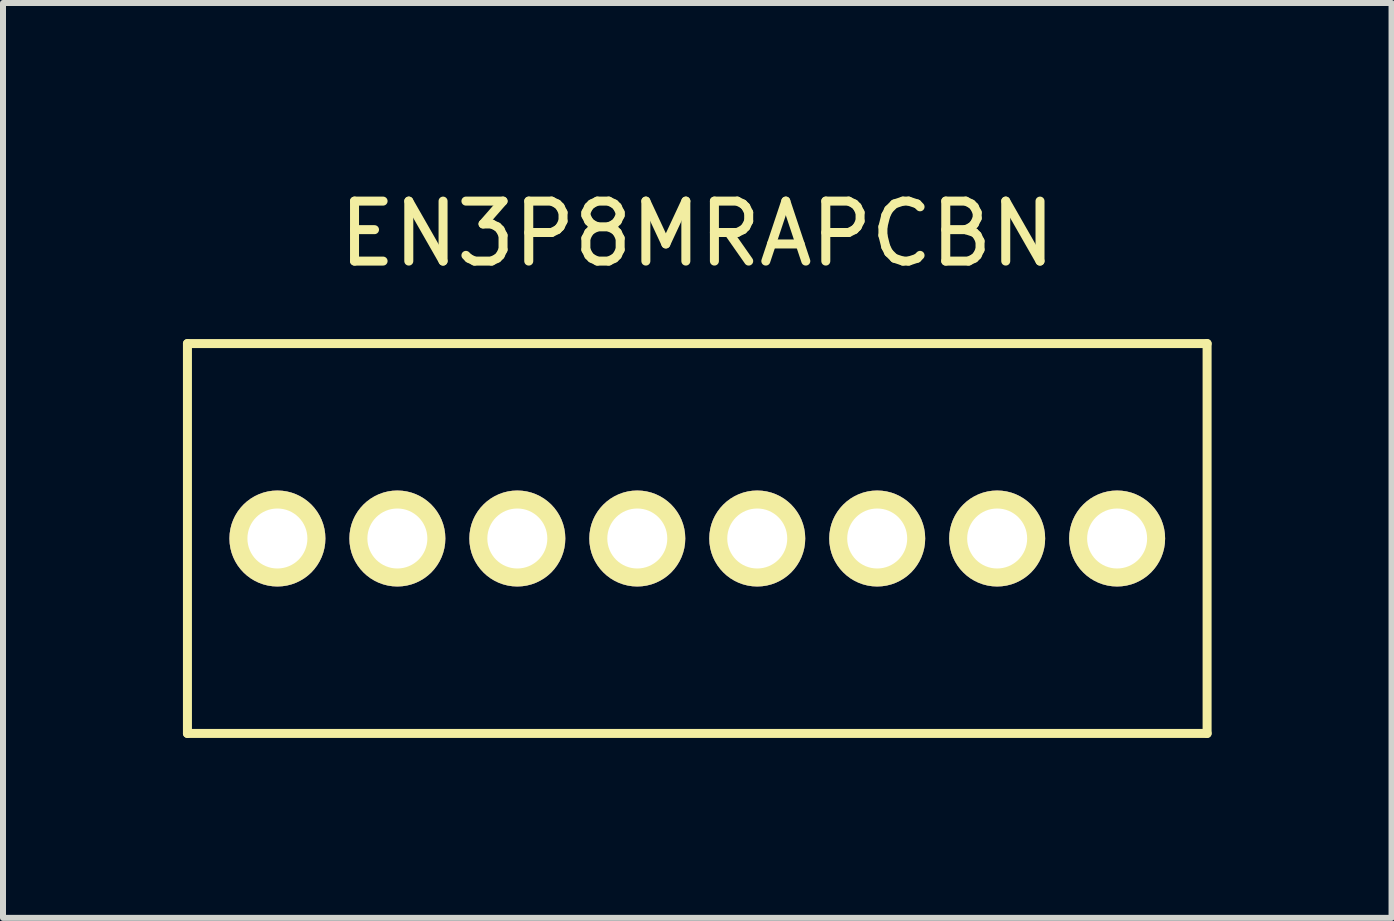
<source format=kicad_pcb>
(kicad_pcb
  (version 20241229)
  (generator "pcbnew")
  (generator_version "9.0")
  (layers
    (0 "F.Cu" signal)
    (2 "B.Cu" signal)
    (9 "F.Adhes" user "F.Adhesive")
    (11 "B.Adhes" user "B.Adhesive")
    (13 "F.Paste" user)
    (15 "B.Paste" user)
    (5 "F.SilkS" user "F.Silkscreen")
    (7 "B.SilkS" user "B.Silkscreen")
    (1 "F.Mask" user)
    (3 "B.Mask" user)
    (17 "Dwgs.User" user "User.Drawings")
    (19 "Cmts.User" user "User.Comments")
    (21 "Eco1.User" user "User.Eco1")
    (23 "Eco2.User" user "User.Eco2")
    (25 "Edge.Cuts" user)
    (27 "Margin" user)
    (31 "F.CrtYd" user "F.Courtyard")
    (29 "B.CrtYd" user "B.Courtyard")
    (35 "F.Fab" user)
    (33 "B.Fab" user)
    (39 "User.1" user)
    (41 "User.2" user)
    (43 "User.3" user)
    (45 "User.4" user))
  (footprint "EN3P8MRAPCBN"
    (layer "F.Cu")
    (at 8.575 5.928)
    (property "Reference" "EN3P8MRAPCBN" (at 0 -5.08 0) (layer "F.SilkS") (effects (font (size 1 1) (thickness 0.15))))
    (attr through_hole)
    (fp_line (start -8.5 -3.25) (end -8.5 3.25) (stroke (width 0.15) (type solid)) (layer "F.SilkS"))
    (fp_line (start -8.5 -3.25) (end 8.5 -3.25) (stroke (width 0.15) (type solid)) (layer "F.SilkS"))
    (fp_line (start -8.5 3.25) (end 8.5 3.25) (stroke (width 0.15) (type solid)) (layer "F.SilkS"))
    (fp_line (start 8.5 -3.25) (end 8.5 3.25) (stroke (width 0.15) (type solid)) (layer "F.SilkS"))
    (pad "1" thru_hole circle (at 1 0) (size 1.6 1.6) (drill 1) (layers "*.Cu" "*.Mask" "F.SilkS"))
    (pad "2" thru_hole circle (at 3 0) (size 1.6 1.6) (drill 1) (layers "*.Cu" "*.Mask" "F.SilkS"))
    (pad "3" thru_hole circle (at 5 0) (size 1.6 1.6) (drill 1) (layers "*.Cu" "*.Mask" "F.SilkS"))
    (pad "4" thru_hole circle (at 7 0) (size 1.6 1.6) (drill 1) (layers "*.Cu" "*.Mask" "F.SilkS"))
    (pad "5" thru_hole circle (at -7 0) (size 1.6 1.6) (drill 1) (layers "*.Cu" "*.Mask" "F.SilkS"))
    (pad "6" thru_hole circle (at -5 0) (size 1.6 1.6) (drill 1) (layers "*.Cu" "*.Mask" "F.SilkS"))
    (pad "7" thru_hole circle (at -3 0) (size 1.6 1.6) (drill 1) (layers "*.Cu" "*.Mask" "F.SilkS"))
    (pad "8" thru_hole circle (at -1 0) (size 1.6 1.6) (drill 1) (layers "*.Cu" "*.Mask" "F.SilkS")))
  (gr_rect
    (start -3 -3)
    (end 20.15 12.253)
    (stroke (width 0.1) (type default))
    (fill no)
    (layer "Edge.Cuts")))
</source>
